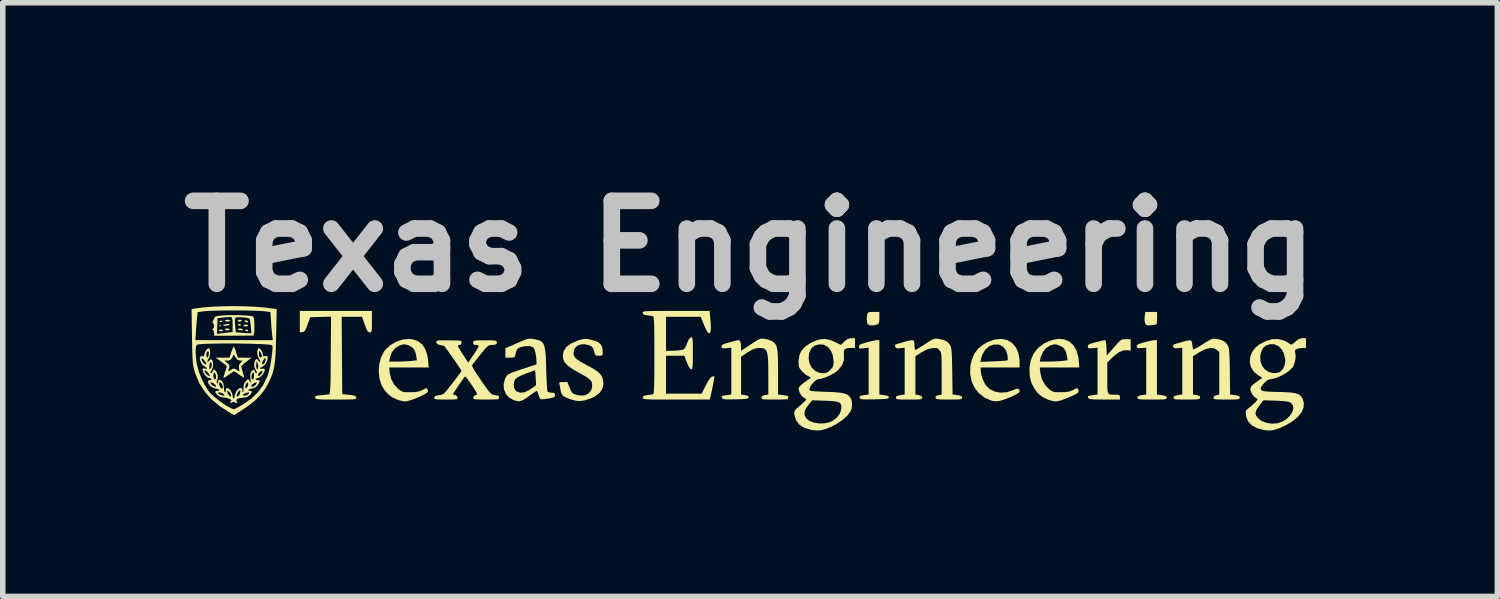
<source format=kicad_pcb>
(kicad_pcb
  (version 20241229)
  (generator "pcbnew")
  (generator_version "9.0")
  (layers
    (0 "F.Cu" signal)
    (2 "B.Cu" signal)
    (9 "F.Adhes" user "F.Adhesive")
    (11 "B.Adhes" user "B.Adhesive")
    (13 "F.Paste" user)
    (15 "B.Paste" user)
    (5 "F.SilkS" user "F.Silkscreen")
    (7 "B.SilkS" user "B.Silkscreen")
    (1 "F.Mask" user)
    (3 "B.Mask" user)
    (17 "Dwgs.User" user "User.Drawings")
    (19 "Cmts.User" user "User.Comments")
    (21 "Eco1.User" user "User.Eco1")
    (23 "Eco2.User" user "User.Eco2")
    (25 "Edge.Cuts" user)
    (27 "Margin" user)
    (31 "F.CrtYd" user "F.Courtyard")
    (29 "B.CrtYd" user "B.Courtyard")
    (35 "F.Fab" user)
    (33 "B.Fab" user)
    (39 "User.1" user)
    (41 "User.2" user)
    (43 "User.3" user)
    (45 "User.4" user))
  (footprint "Texas Engineering"
    (layer "F.Cu")
    (at 10.387 3.436)
    (property "Reference" "Texas Engineering" (at 0.127 -2.032 0) (layer "Dwgs.User") (effects (font (size 1.5 1.5) (thickness 0.3))))
    (attr board_only exclude_from_pos_files exclude_from_bom)
    (fp_poly (pts (xy -9.411 -0.683) (xy -9.413 -0.673) (xy -9.432 -0.663) (xy -9.46 -0.663) (xy -9.468 -0.67) (xy -9.462 -0.683) (xy -9.442 -0.687)) (stroke (width 0) (type solid)) (fill yes) (layer "F.SilkS"))
    (fp_poly (pts (xy -9.442 -0.603) (xy -9.441 -0.599) (xy -9.455 -0.582) (xy -9.46 -0.581) (xy -9.471 -0.592) (xy -9.468 -0.599) (xy -9.452 -0.616) (xy -9.449 -0.617)) (stroke (width 0) (type solid)) (fill yes) (layer "F.SilkS"))
    (fp_poly (pts (xy -9.413 -0.521) (xy -9.406 -0.511) (xy -9.421 -0.497) (xy -9.441 -0.493) (xy -9.47 -0.501) (xy -9.477 -0.511) (xy -9.462 -0.525) (xy -9.441 -0.528)) (stroke (width 0) (type solid)) (fill yes) (layer "F.SilkS"))
    (fp_poly (pts (xy -9.294 -0.54) (xy -9.283 -0.528) (xy -9.298 -0.515) (xy -9.327 -0.511) (xy -9.36 -0.517) (xy -9.371 -0.528) (xy -9.356 -0.542) (xy -9.327 -0.546)) (stroke (width 0) (type solid)) (fill yes) (layer "F.SilkS"))
    (fp_poly (pts (xy -9.086 -0.62) (xy -9.077 -0.604) (xy -9.098 -0.599) (xy -9.107 -0.599) (xy -9.135 -0.602) (xy -9.132 -0.616) (xy -9.128 -0.62) (xy -9.104 -0.632)) (stroke (width 0) (type solid)) (fill yes) (layer "F.SilkS"))
    (fp_poly (pts (xy -9.067 -0.699) (xy -9.063 -0.687) (xy -9.087 -0.672) (xy -9.108 -0.669) (xy -9.136 -0.677) (xy -9.142 -0.687) (xy -9.127 -0.7) (xy -9.097 -0.705)) (stroke (width 0) (type solid)) (fill yes) (layer "F.SilkS"))
    (fp_poly (pts (xy -9.062 -0.54) (xy -9.045 -0.528) (xy -9.051 -0.515) (xy -9.078 -0.511) (xy -9.116 -0.517) (xy -9.133 -0.528) (xy -9.127 -0.542) (xy -9.1 -0.546)) (stroke (width 0) (type solid)) (fill yes) (layer "F.SilkS"))
    (fp_poly (pts (xy -8.983 -0.692) (xy -8.955 -0.678) (xy -8.948 -0.667) (xy -8.958 -0.654) (xy -8.992 -0.662) (xy -8.997 -0.663) (xy -9.018 -0.68) (xy -9.01 -0.693)) (stroke (width 0) (type solid)) (fill yes) (layer "F.SilkS"))
    (fp_poly (pts (xy -8.959 -0.61) (xy -8.948 -0.599) (xy -8.963 -0.586) (xy -8.992 -0.581) (xy -9.025 -0.587) (xy -9.036 -0.599) (xy -9.021 -0.612) (xy -8.992 -0.617)) (stroke (width 0) (type solid)) (fill yes) (layer "F.SilkS"))
    (fp_poly (pts (xy -8.951 -0.519) (xy -8.948 -0.511) (xy -8.962 -0.495) (xy -8.975 -0.493) (xy -8.998 -0.503) (xy -9.001 -0.511) (xy -8.987 -0.526) (xy -8.975 -0.528)) (stroke (width 0) (type solid)) (fill yes) (layer "F.SilkS"))
    (fp_poly (pts (xy -9.282 -0.7) (xy -9.274 -0.688) (xy -9.274 -0.687) (xy -9.298 -0.673) (xy -9.328 -0.669) (xy -9.36 -0.676) (xy -9.371 -0.687) (xy -9.356 -0.699) (xy -9.319 -0.705) (xy -9.317 -0.705)) (stroke (width 0) (type solid)) (fill yes) (layer "F.SilkS"))
    (fp_poly (pts (xy -9.283 -0.621) (xy -9.298 -0.606) (xy -9.332 -0.596) (xy -9.37 -0.593) (xy -9.397 -0.599) (xy -9.399 -0.602) (xy -9.394 -0.615) (xy -9.385 -0.617) (xy -9.35 -0.621) (xy -9.322 -0.628) (xy -9.292 -0.629)) (stroke (width 0) (type solid)) (fill yes) (layer "F.SilkS"))
    (fp_poly (pts (xy 7.489 -0.788) (xy 7.489 -0.735) (xy 7.487 -0.681) (xy 7.483 -0.638) (xy 7.478 -0.62) (xy 7.459 -0.616) (xy 7.417 -0.609) (xy 7.384 -0.605) (xy 7.33 -0.6) (xy 7.3 -0.604) (xy 7.283 -0.621) (xy 7.273 -0.639) (xy 7.261 -0.695) (xy 7.265 -0.765) (xy 7.277 -0.845) (xy 7.382 -0.845) (xy 7.486 -0.845)) (stroke (width 0) (type solid)) (fill yes) (layer "F.SilkS"))
    (fp_poly (pts (xy 2.466 -0.739) (xy 2.465 -0.68) (xy 2.458 -0.645) (xy 2.444 -0.627) (xy 2.421 -0.616) (xy 2.358 -0.601) (xy 2.3 -0.602) (xy 2.26 -0.618) (xy 2.258 -0.62) (xy 2.244 -0.654) (xy 2.238 -0.708) (xy 2.241 -0.77) (xy 2.248 -0.806) (xy 2.258 -0.828) (xy 2.278 -0.84) (xy 2.318 -0.845) (xy 2.362 -0.845) (xy 2.466 -0.845)) (stroke (width 0) (type solid)) (fill yes) (layer "F.SilkS"))
    (fp_poly (pts (xy 2.466 -0.335) (xy 2.466 0.157) (xy 2.466 0.648) (xy 2.555 0.661) (xy 2.609 0.671) (xy 2.635 0.684) (xy 2.638 0.702) (xy 2.632 0.713) (xy 2.615 0.722) (xy 2.581 0.728) (xy 2.527 0.732) (xy 2.445 0.734) (xy 2.375 0.736) (xy 2.275 0.737) (xy 2.205 0.738) (xy 2.158 0.735) (xy 2.131 0.73) (xy 2.117 0.722) (xy 2.11 0.71) (xy 2.109 0.706) (xy 2.108 0.685) (xy 2.126 0.672) (xy 2.168 0.663) (xy 2.186 0.66) (xy 2.272 0.648) (xy 2.272 0.225) (xy 2.272 -0.199) (xy 2.184 -0.188) (xy 2.132 -0.183) (xy 2.106 -0.187) (xy 2.097 -0.201) (xy 2.096 -0.217) (xy 2.1 -0.237) (xy 2.117 -0.254) (xy 2.153 -0.269) (xy 2.214 -0.288) (xy 2.241 -0.296) (xy 2.313 -0.314) (xy 2.376 -0.328) (xy 2.419 -0.335) (xy 2.426 -0.335)) (stroke (width 0) (type solid)) (fill yes) (layer "F.SilkS"))
    (fp_poly (pts (xy 7.486 -0.335) (xy 7.486 0.157) (xy 7.486 0.648) (xy 7.574 0.661) (xy 7.628 0.671) (xy 7.655 0.684) (xy 7.662 0.706) (xy 7.662 0.706) (xy 7.66 0.719) (xy 7.65 0.728) (xy 7.628 0.734) (xy 7.587 0.738) (xy 7.523 0.739) (xy 7.431 0.74) (xy 7.398 0.74) (xy 7.296 0.74) (xy 7.225 0.738) (xy 7.178 0.736) (xy 7.151 0.73) (xy 7.138 0.722) (xy 7.134 0.71) (xy 7.134 0.706) (xy 7.142 0.683) (xy 7.17 0.668) (xy 7.213 0.66) (xy 7.292 0.648) (xy 7.292 0.225) (xy 7.292 -0.197) (xy 7.209 -0.191) (xy 7.157 -0.189) (xy 7.131 -0.196) (xy 7.121 -0.214) (xy 7.12 -0.22) (xy 7.122 -0.239) (xy 7.138 -0.254) (xy 7.174 -0.27) (xy 7.236 -0.289) (xy 7.261 -0.296) (xy 7.333 -0.314) (xy 7.396 -0.328) (xy 7.439 -0.335) (xy 7.446 -0.335)) (stroke (width 0) (type solid)) (fill yes) (layer "F.SilkS"))
    (fp_poly (pts (xy 7.011 -0.247) (xy 7.011 -0.142) (xy 6.959 -0.152) (xy 6.88 -0.15) (xy 6.795 -0.114) (xy 6.704 -0.044) (xy 6.683 -0.024) (xy 6.588 0.071) (xy 6.588 0.351) (xy 6.588 0.46) (xy 6.589 0.539) (xy 6.595 0.593) (xy 6.607 0.626) (xy 6.627 0.644) (xy 6.658 0.651) (xy 6.703 0.652) (xy 6.73 0.652) (xy 6.782 0.653) (xy 6.807 0.661) (xy 6.816 0.679) (xy 6.817 0.696) (xy 6.817 0.74) (xy 6.537 0.74) (xy 6.43 0.739) (xy 6.353 0.738) (xy 6.301 0.734) (xy 6.269 0.729) (xy 6.252 0.721) (xy 6.246 0.712) (xy 6.237 0.685) (xy 6.236 0.678) (xy 6.251 0.673) (xy 6.292 0.665) (xy 6.324 0.661) (xy 6.412 0.648) (xy 6.412 0.225) (xy 6.412 -0.198) (xy 6.324 -0.19) (xy 6.271 -0.186) (xy 6.245 -0.19) (xy 6.236 -0.205) (xy 6.236 -0.22) (xy 6.24 -0.24) (xy 6.256 -0.256) (xy 6.292 -0.272) (xy 6.354 -0.29) (xy 6.381 -0.297) (xy 6.45 -0.314) (xy 6.507 -0.328) (xy 6.542 -0.334) (xy 6.547 -0.335) (xy 6.56 -0.318) (xy 6.569 -0.269) (xy 6.574 -0.196) (xy 6.579 -0.057) (xy 6.709 -0.204) (xy 6.766 -0.269) (xy 6.806 -0.311) (xy 6.836 -0.336) (xy 6.863 -0.348) (xy 6.894 -0.352) (xy 6.925 -0.352) (xy 7.011 -0.352)) (stroke (width 0) (type solid)) (fill yes) (layer "F.SilkS"))
    (fp_poly (pts (xy 4.775 -0.337) (xy 4.862 -0.287) (xy 4.931 -0.211) (xy 4.978 -0.11) (xy 5.001 0.015) (xy 5.002 0.065) (xy 5.002 0.159) (xy 4.65 0.159) (xy 4.298 0.159) (xy 4.298 0.211) (xy 4.308 0.283) (xy 4.334 0.368) (xy 4.372 0.448) (xy 4.399 0.491) (xy 4.47 0.556) (xy 4.56 0.598) (xy 4.664 0.615) (xy 4.773 0.606) (xy 4.878 0.572) (xy 4.94 0.547) (xy 4.979 0.544) (xy 4.998 0.562) (xy 5.002 0.594) (xy 4.986 0.617) (xy 4.94 0.647) (xy 4.866 0.683) (xy 4.769 0.723) (xy 4.743 0.733) (xy 4.654 0.762) (xy 4.581 0.772) (xy 4.515 0.765) (xy 4.492 0.759) (xy 4.367 0.704) (xy 4.264 0.624) (xy 4.186 0.523) (xy 4.133 0.404) (xy 4.108 0.273) (xy 4.112 0.133) (xy 4.129 0.058) (xy 4.294 0.058) (xy 4.534 0.049) (xy 4.623 0.045) (xy 4.698 0.04) (xy 4.754 0.035) (xy 4.783 0.031) (xy 4.785 0.029) (xy 4.789 0.007) (xy 4.786 -0.037) (xy 4.783 -0.061) (xy 4.757 -0.147) (xy 4.708 -0.212) (xy 4.641 -0.249) (xy 4.618 -0.255) (xy 4.529 -0.254) (xy 4.448 -0.221) (xy 4.38 -0.16) (xy 4.33 -0.075) (xy 4.307 -0.002) (xy 4.294 0.058) (xy 4.129 0.058) (xy 4.137 0.022) (xy 4.186 -0.093) (xy 4.257 -0.186) (xy 4.357 -0.263) (xy 4.433 -0.303) (xy 4.558 -0.347) (xy 4.673 -0.357)) (stroke (width 0) (type solid)) (fill yes) (layer "F.SilkS"))
    (fp_poly (pts (xy -6.711 -0.669) (xy -6.711 -0.585) (xy -6.713 -0.529) (xy -6.718 -0.497) (xy -6.726 -0.481) (xy -6.739 -0.476) (xy -6.751 -0.476) (xy -6.772 -0.48) (xy -6.791 -0.499) (xy -6.81 -0.537) (xy -6.835 -0.602) (xy -6.84 -0.617) (xy -6.89 -0.757) (xy -7.074 -0.757) (xy -7.258 -0.757) (xy -7.253 -0.057) (xy -7.248 0.643) (xy -7.195 0.647) (xy -7.107 0.656) (xy -7.048 0.665) (xy -7.013 0.676) (xy -6.996 0.69) (xy -6.993 0.706) (xy -6.994 0.717) (xy -7.002 0.726) (xy -7.02 0.732) (xy -7.053 0.736) (xy -7.106 0.738) (xy -7.182 0.739) (xy -7.287 0.74) (xy -7.361 0.74) (xy -7.484 0.74) (xy -7.576 0.739) (xy -7.642 0.737) (xy -7.686 0.734) (xy -7.714 0.729) (xy -7.729 0.722) (xy -7.736 0.712) (xy -7.738 0.706) (xy -7.739 0.687) (xy -7.725 0.675) (xy -7.691 0.667) (xy -7.629 0.661) (xy -7.565 0.654) (xy -7.513 0.649) (xy -7.486 0.646) (xy -7.479 0.641) (xy -7.474 0.627) (xy -7.469 0.601) (xy -7.466 0.559) (xy -7.463 0.498) (xy -7.46 0.416) (xy -7.458 0.309) (xy -7.457 0.174) (xy -7.456 0.008) (xy -7.455 -0.058) (xy -7.45 -0.759) (xy -7.638 -0.754) (xy -7.825 -0.749) (xy -7.874 -0.617) (xy -7.9 -0.549) (xy -7.92 -0.509) (xy -7.94 -0.488) (xy -7.964 -0.479) (xy -7.968 -0.479) (xy -8.015 -0.473) (xy -8.015 -0.668) (xy -8.015 -0.863) (xy -7.363 -0.863) (xy -6.711 -0.863)) (stroke (width 0) (type solid)) (fill yes) (layer "F.SilkS"))
    (fp_poly (pts (xy -9.138 -0.787) (xy -9.046 -0.784) (xy -8.965 -0.779) (xy -8.902 -0.772) (xy -8.864 -0.765) (xy -8.856 -0.761) (xy -8.847 -0.735) (xy -8.84 -0.685) (xy -8.836 -0.621) (xy -8.836 -0.554) (xy -8.838 -0.495) (xy -8.842 -0.468) (xy -8.852 -0.417) (xy -9.208 -0.415) (xy -9.565 -0.414) (xy -9.565 -0.448) (xy -9.513 -0.448) (xy -9.372 -0.465) (xy -9.23 -0.482) (xy -9.23 -0.611) (xy -9.232 -0.687) (xy -9.232 -0.688) (xy -9.19 -0.688) (xy -9.187 -0.625) (xy -9.185 -0.602) (xy -9.173 -0.477) (xy -9.109 -0.471) (xy -9.048 -0.466) (xy -8.98 -0.461) (xy -8.968 -0.461) (xy -8.89 -0.458) (xy -8.901 -0.584) (xy -8.908 -0.648) (xy -8.916 -0.697) (xy -8.925 -0.722) (xy -8.925 -0.723) (xy -8.953 -0.733) (xy -9.003 -0.742) (xy -9.063 -0.747) (xy -9.121 -0.749) (xy -9.163 -0.746) (xy -9.174 -0.742) (xy -9.186 -0.725) (xy -9.19 -0.688) (xy -9.232 -0.688) (xy -9.24 -0.732) (xy -9.253 -0.75) (xy -9.282 -0.753) (xy -9.334 -0.75) (xy -9.39 -0.745) (xy -9.503 -0.731) (xy -9.508 -0.59) (xy -9.513 -0.448) (xy -9.565 -0.448) (xy -9.565 -0.461) (xy -9.572 -0.499) (xy -9.587 -0.518) (xy -9.6 -0.53) (xy -9.587 -0.539) (xy -9.57 -0.562) (xy -9.565 -0.598) (xy -9.574 -0.629) (xy -9.585 -0.638) (xy -9.596 -0.653) (xy -9.586 -0.679) (xy -9.566 -0.721) (xy -9.559 -0.742) (xy -9.546 -0.758) (xy -9.514 -0.769) (xy -9.457 -0.777) (xy -9.403 -0.782) (xy -9.323 -0.786) (xy -9.232 -0.787)) (stroke (width 0) (type solid)) (fill yes) (layer "F.SilkS"))
    (fp_poly (pts (xy 5.808 -0.349) (xy 5.901 -0.31) (xy 5.976 -0.242) (xy 6.031 -0.148) (xy 6.065 -0.028) (xy 6.073 0.039) (xy 6.082 0.159) (xy 5.725 0.159) (xy 5.367 0.159) (xy 5.377 0.256) (xy 5.406 0.375) (xy 5.466 0.48) (xy 5.537 0.553) (xy 5.573 0.58) (xy 5.606 0.597) (xy 5.647 0.605) (xy 5.705 0.607) (xy 5.748 0.607) (xy 5.831 0.605) (xy 5.892 0.596) (xy 5.942 0.58) (xy 5.969 0.567) (xy 6.016 0.542) (xy 6.042 0.534) (xy 6.056 0.544) (xy 6.066 0.572) (xy 6.067 0.576) (xy 6.069 0.597) (xy 6.058 0.615) (xy 6.028 0.636) (xy 5.973 0.664) (xy 5.95 0.675) (xy 5.834 0.725) (xy 5.737 0.759) (xy 5.662 0.774) (xy 5.645 0.774) (xy 5.609 0.768) (xy 5.555 0.754) (xy 5.521 0.743) (xy 5.416 0.694) (xy 5.333 0.625) (xy 5.272 0.546) (xy 5.216 0.438) (xy 5.186 0.319) (xy 5.181 0.182) (xy 5.181 0.171) (xy 5.2 0.053) (xy 5.368 0.053) (xy 5.524 0.053) (xy 5.61 0.051) (xy 5.695 0.048) (xy 5.764 0.042) (xy 5.775 0.041) (xy 5.87 0.03) (xy 5.859 -0.051) (xy 5.835 -0.139) (xy 5.79 -0.2) (xy 5.72 -0.24) (xy 5.709 -0.244) (xy 5.657 -0.258) (xy 5.615 -0.257) (xy 5.563 -0.241) (xy 5.556 -0.238) (xy 5.484 -0.193) (xy 5.425 -0.121) (xy 5.386 -0.031) (xy 5.379 -0.003) (xy 5.368 0.053) (xy 5.2 0.053) (xy 5.204 0.03) (xy 5.257 -0.093) (xy 5.338 -0.195) (xy 5.446 -0.277) (xy 5.58 -0.334) (xy 5.701 -0.358)) (stroke (width 0) (type solid)) (fill yes) (layer "F.SilkS"))
    (fp_poly (pts (xy -5.985 -0.352) (xy -5.882 -0.317) (xy -5.802 -0.258) (xy -5.745 -0.172) (xy -5.708 -0.058) (xy -5.695 0.036) (xy -5.684 0.159) (xy -6.042 0.159) (xy -6.399 0.159) (xy -6.389 0.256) (xy -6.36 0.375) (xy -6.301 0.48) (xy -6.229 0.553) (xy -6.193 0.58) (xy -6.16 0.597) (xy -6.12 0.605) (xy -6.061 0.607) (xy -6.018 0.607) (xy -5.935 0.605) (xy -5.875 0.596) (xy -5.825 0.58) (xy -5.798 0.567) (xy -5.75 0.542) (xy -5.724 0.534) (xy -5.711 0.543) (xy -5.701 0.571) (xy -5.7 0.574) (xy -5.699 0.595) (xy -5.712 0.614) (xy -5.746 0.637) (xy -5.807 0.669) (xy -5.808 0.669) (xy -5.913 0.716) (xy -6.006 0.751) (xy -6.082 0.771) (xy -6.119 0.774) (xy -6.157 0.768) (xy -6.212 0.754) (xy -6.246 0.743) (xy -6.341 0.701) (xy -6.419 0.642) (xy -6.483 0.571) (xy -6.541 0.472) (xy -6.575 0.355) (xy -6.588 0.229) (xy -6.578 0.1) (xy -6.565 0.053) (xy -6.398 0.053) (xy -6.242 0.053) (xy -6.157 0.051) (xy -6.072 0.048) (xy -6.003 0.042) (xy -5.992 0.041) (xy -5.898 0.03) (xy -5.909 -0.051) (xy -5.932 -0.139) (xy -5.976 -0.2) (xy -6.044 -0.24) (xy -6.058 -0.244) (xy -6.109 -0.258) (xy -6.151 -0.257) (xy -6.202 -0.241) (xy -6.211 -0.238) (xy -6.29 -0.19) (xy -6.35 -0.116) (xy -6.384 -0.022) (xy -6.386 -0.013) (xy -6.398 0.053) (xy -6.565 0.053) (xy -6.546 -0.022) (xy -6.492 -0.128) (xy -6.46 -0.169) (xy -6.374 -0.246) (xy -6.271 -0.306) (xy -6.159 -0.344) (xy -6.048 -0.357)) (stroke (width 0) (type solid)) (fill yes) (layer "F.SilkS"))
    (fp_poly (pts (xy -9.202 -0.208) (xy -9.186 -0.174) (xy -9.168 -0.124) (xy -9.136 -0.018) (xy -9.011 -0.017) (xy -8.886 -0.016) (xy -8.939 0.023) (xy -8.989 0.061) (xy -9.035 0.099) (xy -9.035 0.099) (xy -9.054 0.115) (xy -9.065 0.13) (xy -9.069 0.149) (xy -9.065 0.18) (xy -9.051 0.23) (xy -9.029 0.306) (xy -9.024 0.325) (xy -9.024 0.34) (xy -9.04 0.336) (xy -9.077 0.313) (xy -9.104 0.294) (xy -9.153 0.26) (xy -9.19 0.237) (xy -9.206 0.229) (xy -9.225 0.239) (xy -9.262 0.264) (xy -9.3 0.291) (xy -9.347 0.324) (xy -9.381 0.346) (xy -9.394 0.352) (xy -9.394 0.337) (xy -9.384 0.298) (xy -9.37 0.253) (xy -9.352 0.197) (xy -9.339 0.156) (xy -9.336 0.14) (xy -9.349 0.123) (xy -9.384 0.094) (xy -9.433 0.057) (xy -9.437 0.054) (xy -9.462 0.036) (xy -9.38 0.036) (xy -9.329 0.078) (xy -9.296 0.109) (xy -9.287 0.136) (xy -9.297 0.174) (xy -9.309 0.214) (xy -9.304 0.226) (xy -9.276 0.214) (xy -9.254 0.2) (xy -9.221 0.181) (xy -9.195 0.182) (xy -9.156 0.202) (xy -9.103 0.233) (xy -9.115 0.177) (xy -9.118 0.128) (xy -9.098 0.089) (xy -9.088 0.078) (xy -9.048 0.035) (xy -9.095 0.035) (xy -9.139 0.023) (xy -9.175 -0.018) (xy -9.176 -0.02) (xy -9.209 -0.075) (xy -9.238 -0.02) (xy -9.266 0.02) (xy -9.303 0.035) (xy -9.323 0.036) (xy -9.38 0.036) (xy -9.462 0.036) (xy -9.538 -0.018) (xy -9.412 -0.018) (xy -9.286 -0.018) (xy -9.256 -0.11) (xy -9.237 -0.164) (xy -9.22 -0.203) (xy -9.213 -0.216)) (stroke (width 0) (type solid)) (fill yes) (layer "F.SilkS"))
    (fp_poly (pts (xy -2.802 -0.354) (xy -2.763 -0.345) (xy -2.668 -0.319) (xy -2.603 -0.287) (xy -2.563 -0.245) (xy -2.542 -0.187) (xy -2.536 -0.108) (xy -2.536 -0.103) (xy -2.54 -0.071) (xy -2.556 -0.056) (xy -2.595 -0.053) (xy -2.605 -0.053) (xy -2.647 -0.055) (xy -2.67 -0.067) (xy -2.684 -0.099) (xy -2.693 -0.133) (xy -2.711 -0.187) (xy -2.737 -0.219) (xy -2.774 -0.239) (xy -2.858 -0.261) (xy -2.936 -0.257) (xy -3 -0.231) (xy -3.045 -0.184) (xy -3.064 -0.119) (xy -3.065 -0.107) (xy -3.061 -0.068) (xy -3.048 -0.035) (xy -3.02 -0.002) (xy -2.972 0.033) (xy -2.902 0.075) (xy -2.816 0.122) (xy -2.717 0.177) (xy -2.646 0.222) (xy -2.596 0.263) (xy -2.563 0.303) (xy -2.541 0.348) (xy -2.536 0.366) (xy -2.523 0.461) (xy -2.544 0.547) (xy -2.597 0.623) (xy -2.681 0.685) (xy -2.758 0.721) (xy -2.859 0.754) (xy -2.942 0.767) (xy -3.023 0.762) (xy -3.112 0.738) (xy -3.125 0.733) (xy -3.201 0.704) (xy -3.25 0.675) (xy -3.279 0.64) (xy -3.296 0.589) (xy -3.302 0.552) (xy -3.312 0.498) (xy -3.321 0.457) (xy -3.324 0.447) (xy -3.321 0.431) (xy -3.292 0.424) (xy -3.254 0.423) (xy -3.176 0.423) (xy -3.135 0.527) (xy -3.109 0.586) (xy -3.086 0.62) (xy -3.056 0.64) (xy -3.029 0.65) (xy -2.932 0.669) (xy -2.855 0.662) (xy -2.793 0.628) (xy -2.782 0.618) (xy -2.744 0.568) (xy -2.728 0.513) (xy -2.73 0.449) (xy -2.739 0.416) (xy -2.763 0.384) (xy -2.806 0.349) (xy -2.873 0.307) (xy -2.94 0.271) (xy -3.053 0.207) (xy -3.138 0.151) (xy -3.196 0.101) (xy -3.234 0.052) (xy -3.253 0.00039) (xy -3.259 -0.056) (xy -3.242 -0.139) (xy -3.193 -0.212) (xy -3.111 -0.273) (xy -2.996 -0.324) (xy -2.966 -0.334) (xy -2.9 -0.352) (xy -2.851 -0.358)) (stroke (width 0) (type solid)) (fill yes) (layer "F.SilkS"))
    (fp_poly (pts (xy 8.547 -0.359) (xy 8.561 -0.358) (xy 8.655 -0.336) (xy 8.723 -0.297) (xy 8.767 -0.242) (xy 8.777 -0.219) (xy 8.785 -0.19) (xy 8.791 -0.148) (xy 8.796 -0.091) (xy 8.799 -0.013) (xy 8.802 0.091) (xy 8.804 0.226) (xy 8.804 0.231) (xy 8.81 0.648) (xy 8.897 0.659) (xy 8.95 0.669) (xy 8.976 0.682) (xy 8.983 0.704) (xy 8.983 0.705) (xy 8.981 0.719) (xy 8.972 0.729) (xy 8.949 0.735) (xy 8.907 0.738) (xy 8.841 0.74) (xy 8.746 0.74) (xy 8.746 0.74) (xy 8.65 0.739) (xy 8.584 0.738) (xy 8.542 0.735) (xy 8.519 0.729) (xy 8.51 0.719) (xy 8.508 0.706) (xy 8.522 0.676) (xy 8.561 0.661) (xy 8.613 0.649) (xy 8.613 0.266) (xy 8.613 -0.117) (xy 8.57 -0.158) (xy 8.512 -0.189) (xy 8.437 -0.191) (xy 8.346 -0.165) (xy 8.248 -0.113) (xy 8.138 -0.044) (xy 8.138 0.302) (xy 8.138 0.649) (xy 8.206 0.66) (xy 8.251 0.671) (xy 8.267 0.686) (xy 8.266 0.706) (xy 8.26 0.72) (xy 8.246 0.729) (xy 8.219 0.735) (xy 8.174 0.738) (xy 8.103 0.74) (xy 8.021 0.74) (xy 7.926 0.739) (xy 7.861 0.738) (xy 7.819 0.735) (xy 7.797 0.728) (xy 7.787 0.719) (xy 7.786 0.706) (xy 7.793 0.683) (xy 7.822 0.668) (xy 7.865 0.66) (xy 7.944 0.648) (xy 7.944 0.225) (xy 7.944 -0.198) (xy 7.866 -0.19) (xy 7.816 -0.186) (xy 7.791 -0.194) (xy 7.78 -0.214) (xy 7.78 -0.214) (xy 7.776 -0.232) (xy 7.779 -0.246) (xy 7.796 -0.257) (xy 7.832 -0.27) (xy 7.894 -0.288) (xy 7.928 -0.297) (xy 8.009 -0.32) (xy 8.063 -0.331) (xy 8.095 -0.33) (xy 8.113 -0.315) (xy 8.121 -0.285) (xy 8.125 -0.255) (xy 8.132 -0.205) (xy 8.14 -0.172) (xy 8.143 -0.165) (xy 8.16 -0.171) (xy 8.201 -0.192) (xy 8.258 -0.225) (xy 8.317 -0.262) (xy 8.39 -0.308) (xy 8.442 -0.338) (xy 8.48 -0.355) (xy 8.513 -0.361)) (stroke (width 0) (type solid)) (fill yes) (layer "F.SilkS"))
    (fp_poly (pts (xy 0.366 -0.362) (xy 0.392 -0.359) (xy 0.455 -0.344) (xy 0.515 -0.322) (xy 0.529 -0.314) (xy 0.56 -0.293) (xy 0.584 -0.267) (xy 0.603 -0.234) (xy 0.616 -0.188) (xy 0.625 -0.125) (xy 0.63 -0.041) (xy 0.633 0.069) (xy 0.634 0.209) (xy 0.634 0.244) (xy 0.634 0.648) (xy 0.732 0.66) (xy 0.789 0.669) (xy 0.817 0.68) (xy 0.821 0.696) (xy 0.82 0.699) (xy 0.811 0.726) (xy 0.81 0.732) (xy 0.794 0.735) (xy 0.748 0.737) (xy 0.681 0.739) (xy 0.597 0.74) (xy 0.572 0.74) (xy 0.477 0.74) (xy 0.411 0.738) (xy 0.369 0.735) (xy 0.346 0.729) (xy 0.337 0.719) (xy 0.335 0.705) (xy 0.345 0.678) (xy 0.383 0.662) (xy 0.396 0.659) (xy 0.458 0.648) (xy 0.458 0.288) (xy 0.457 0.145) (xy 0.454 0.033) (xy 0.447 -0.051) (xy 0.435 -0.111) (xy 0.417 -0.152) (xy 0.391 -0.177) (xy 0.356 -0.189) (xy 0.31 -0.193) (xy 0.288 -0.194) (xy 0.232 -0.186) (xy 0.168 -0.162) (xy 0.09 -0.118) (xy 0.04 -0.085) (xy -0.035 -0.034) (xy -0.035 0.307) (xy -0.035 0.647) (xy 0.036 0.659) (xy 0.083 0.67) (xy 0.102 0.686) (xy 0.102 0.701) (xy 0.096 0.713) (xy 0.079 0.722) (xy 0.047 0.728) (xy -0.008 0.732) (xy -0.089 0.735) (xy -0.135 0.736) (xy -0.23 0.737) (xy -0.297 0.737) (xy -0.339 0.733) (xy -0.363 0.727) (xy -0.375 0.717) (xy -0.377 0.712) (xy -0.386 0.685) (xy -0.388 0.678) (xy -0.372 0.673) (xy -0.331 0.665) (xy -0.299 0.661) (xy -0.211 0.648) (xy -0.211 0.225) (xy -0.211 -0.198) (xy -0.299 -0.19) (xy -0.352 -0.186) (xy -0.378 -0.19) (xy -0.387 -0.205) (xy -0.388 -0.219) (xy -0.383 -0.238) (xy -0.365 -0.255) (xy -0.326 -0.271) (xy -0.261 -0.29) (xy -0.242 -0.296) (xy -0.174 -0.314) (xy -0.117 -0.328) (xy -0.082 -0.335) (xy -0.077 -0.335) (xy -0.052 -0.318) (xy -0.038 -0.268) (xy -0.035 -0.21) (xy -0.035 -0.141) (xy 0.137 -0.255) (xy 0.211 -0.304) (xy 0.264 -0.337) (xy 0.302 -0.355) (xy 0.334 -0.362)) (stroke (width 0) (type solid)) (fill yes) (layer "F.SilkS"))
    (fp_poly (pts (xy 3.517 -0.361) (xy 3.535 -0.358) (xy 3.63 -0.338) (xy 3.697 -0.302) (xy 3.743 -0.248) (xy 3.747 -0.242) (xy 3.757 -0.219) (xy 3.765 -0.189) (xy 3.771 -0.147) (xy 3.775 -0.088) (xy 3.779 -0.008) (xy 3.782 0.099) (xy 3.784 0.231) (xy 3.79 0.648) (xy 3.877 0.659) (xy 3.93 0.669) (xy 3.956 0.682) (xy 3.963 0.704) (xy 3.963 0.705) (xy 3.961 0.719) (xy 3.951 0.729) (xy 3.928 0.735) (xy 3.887 0.738) (xy 3.821 0.74) (xy 3.728 0.74) (xy 3.632 0.739) (xy 3.566 0.738) (xy 3.524 0.734) (xy 3.499 0.728) (xy 3.487 0.718) (xy 3.483 0.706) (xy 3.484 0.682) (xy 3.509 0.667) (xy 3.534 0.661) (xy 3.593 0.65) (xy 3.593 0.275) (xy 3.593 0.15) (xy 3.592 0.055) (xy 3.59 -0.014) (xy 3.587 -0.063) (xy 3.582 -0.097) (xy 3.574 -0.12) (xy 3.563 -0.139) (xy 3.555 -0.149) (xy 3.529 -0.178) (xy 3.5 -0.191) (xy 3.456 -0.192) (xy 3.428 -0.19) (xy 3.354 -0.176) (xy 3.278 -0.143) (xy 3.228 -0.113) (xy 3.118 -0.044) (xy 3.118 0.302) (xy 3.118 0.648) (xy 3.179 0.659) (xy 3.224 0.674) (xy 3.24 0.698) (xy 3.241 0.705) (xy 3.239 0.719) (xy 3.229 0.729) (xy 3.206 0.735) (xy 3.164 0.738) (xy 3.098 0.74) (xy 3.003 0.74) (xy 2.908 0.74) (xy 2.842 0.738) (xy 2.8 0.735) (xy 2.777 0.729) (xy 2.767 0.719) (xy 2.765 0.706) (xy 2.773 0.683) (xy 2.802 0.668) (xy 2.845 0.66) (xy 2.924 0.648) (xy 2.924 0.225) (xy 2.924 -0.198) (xy 2.845 -0.189) (xy 2.795 -0.186) (xy 2.769 -0.193) (xy 2.756 -0.213) (xy 2.756 -0.215) (xy 2.749 -0.233) (xy 2.749 -0.246) (xy 2.761 -0.255) (xy 2.792 -0.267) (xy 2.846 -0.282) (xy 2.893 -0.296) (xy 2.979 -0.32) (xy 3.038 -0.332) (xy 3.073 -0.332) (xy 3.092 -0.318) (xy 3.099 -0.288) (xy 3.1 -0.247) (xy 3.103 -0.196) (xy 3.112 -0.164) (xy 3.118 -0.159) (xy 3.14 -0.168) (xy 3.183 -0.193) (xy 3.242 -0.23) (xy 3.294 -0.264) (xy 3.364 -0.311) (xy 3.413 -0.341) (xy 3.45 -0.357) (xy 3.482 -0.362)) (stroke (width 0) (type solid)) (fill yes) (layer "F.SilkS"))
    (fp_poly (pts (xy -3.828 -0.36) (xy -3.785 -0.354) (xy -3.781 -0.353) (xy -3.72 -0.341) (xy -3.672 -0.325) (xy -3.635 -0.302) (xy -3.608 -0.266) (xy -3.589 -0.214) (xy -3.576 -0.142) (xy -3.567 -0.046) (xy -3.562 0.079) (xy -3.559 0.194) (xy -3.555 0.307) (xy -3.551 0.408) (xy -3.546 0.493) (xy -3.541 0.555) (xy -3.537 0.59) (xy -3.535 0.594) (xy -3.509 0.609) (xy -3.465 0.616) (xy -3.46 0.617) (xy -3.419 0.62) (xy -3.402 0.635) (xy -3.4 0.659) (xy -3.403 0.682) (xy -3.417 0.697) (xy -3.45 0.708) (xy -3.508 0.72) (xy -3.522 0.722) (xy -3.585 0.731) (xy -3.634 0.735) (xy -3.66 0.734) (xy -3.66 0.733) (xy -3.675 0.712) (xy -3.693 0.67) (xy -3.699 0.653) (xy -3.715 0.609) (xy -3.727 0.584) (xy -3.73 0.581) (xy -3.747 0.591) (xy -3.785 0.617) (xy -3.838 0.654) (xy -3.872 0.678) (xy -3.943 0.728) (xy -3.997 0.758) (xy -4.041 0.77) (xy -4.086 0.767) (xy -4.14 0.752) (xy -4.148 0.749) (xy -4.231 0.703) (xy -4.29 0.635) (xy -4.323 0.553) (xy -4.329 0.467) (xy -4.148 0.467) (xy -4.139 0.532) (xy -4.109 0.582) (xy -4.098 0.591) (xy -4.032 0.616) (xy -3.955 0.609) (xy -3.868 0.569) (xy -3.839 0.549) (xy -3.743 0.482) (xy -3.749 0.351) (xy -3.753 0.287) (xy -3.757 0.239) (xy -3.761 0.214) (xy -3.762 0.213) (xy -3.78 0.217) (xy -3.823 0.231) (xy -3.885 0.254) (xy -3.939 0.275) (xy -4.018 0.308) (xy -4.07 0.334) (xy -4.103 0.357) (xy -4.123 0.381) (xy -4.133 0.4) (xy -4.148 0.467) (xy -4.329 0.467) (xy -4.329 0.462) (xy -4.305 0.369) (xy -4.283 0.326) (xy -4.267 0.304) (xy -4.243 0.285) (xy -4.207 0.265) (xy -4.152 0.243) (xy -4.073 0.215) (xy -3.992 0.188) (xy -3.734 0.103) (xy -3.735 0.047) (xy -3.742 -0.039) (xy -3.756 -0.116) (xy -3.775 -0.175) (xy -3.797 -0.205) (xy -3.848 -0.225) (xy -3.921 -0.227) (xy -4.004 -0.213) (xy -4.018 -0.209) (xy -4.066 -0.189) (xy -4.092 -0.158) (xy -4.104 -0.125) (xy -4.116 -0.077) (xy -4.122 -0.043) (xy -4.122 -0.04) (xy -4.139 -0.025) (xy -4.19 -0.018) (xy -4.21 -0.018) (xy -4.298 -0.018) (xy -4.298 -0.102) (xy -4.298 -0.187) (xy -4.091 -0.278) (xy -4.005 -0.316) (xy -3.944 -0.341) (xy -3.899 -0.355) (xy -3.863 -0.361)) (stroke (width 0) (type solid)) (fill yes) (layer "F.SilkS"))
    (fp_poly (pts (xy -0.593 -0.744) (xy -0.584 -0.632) (xy -0.581 -0.55) (xy -0.585 -0.497) (xy -0.595 -0.467) (xy -0.612 -0.458) (xy -0.633 -0.469) (xy -0.657 -0.504) (xy -0.687 -0.568) (xy -0.704 -0.608) (xy -0.764 -0.757) (xy -1.078 -0.757) (xy -1.392 -0.757) (xy -1.392 -0.449) (xy -1.392 -0.141) (xy -1.29 -0.142) (xy -1.219 -0.145) (xy -1.151 -0.151) (xy -1.121 -0.155) (xy -1.083 -0.164) (xy -1.058 -0.18) (xy -1.038 -0.212) (xy -1.015 -0.268) (xy -1.014 -0.273) (xy -0.984 -0.341) (xy -0.956 -0.377) (xy -0.941 -0.384) (xy -0.928 -0.384) (xy -0.919 -0.376) (xy -0.913 -0.357) (xy -0.91 -0.319) (xy -0.908 -0.26) (xy -0.907 -0.174) (xy -0.907 -0.098) (xy -0.907 0.011) (xy -0.909 0.088) (xy -0.912 0.141) (xy -0.916 0.173) (xy -0.923 0.189) (xy -0.934 0.194) (xy -0.936 0.194) (xy -0.96 0.178) (xy -0.988 0.13) (xy -1.014 0.07) (xy -1.062 -0.053) (xy -1.227 -0.053) (xy -1.392 -0.053) (xy -1.392 0.291) (xy -1.392 0.634) (xy -1.07 0.634) (xy -0.748 0.634) (xy -0.674 0.486) (xy -0.628 0.401) (xy -0.59 0.347) (xy -0.563 0.326) (xy -0.531 0.319) (xy -0.518 0.321) (xy -0.519 0.341) (xy -0.526 0.389) (xy -0.54 0.461) (xy -0.558 0.551) (xy -0.58 0.654) (xy -0.591 0.7) (xy -0.6 0.74) (xy -1.207 0.74) (xy -1.369 0.74) (xy -1.5 0.739) (xy -1.602 0.739) (xy -1.679 0.737) (xy -1.735 0.735) (xy -1.773 0.732) (xy -1.796 0.727) (xy -1.809 0.721) (xy -1.813 0.714) (xy -1.814 0.706) (xy -1.807 0.683) (xy -1.781 0.67) (xy -1.731 0.66) (xy -1.676 0.652) (xy -1.635 0.645) (xy -1.625 0.642) (xy -1.619 0.633) (xy -1.614 0.607) (xy -1.611 0.562) (xy -1.608 0.496) (xy -1.605 0.405) (xy -1.604 0.287) (xy -1.603 0.139) (xy -1.603 -0.041) (xy -1.603 -0.062) (xy -1.603 -0.245) (xy -1.604 -0.396) (xy -1.605 -0.517) (xy -1.607 -0.611) (xy -1.61 -0.68) (xy -1.614 -0.727) (xy -1.619 -0.754) (xy -1.624 -0.765) (xy -1.625 -0.765) (xy -1.655 -0.772) (xy -1.705 -0.78) (xy -1.731 -0.784) (xy -1.783 -0.793) (xy -1.808 -0.808) (xy -1.814 -0.829) (xy -1.813 -0.838) (xy -1.807 -0.845) (xy -1.794 -0.851) (xy -1.768 -0.856) (xy -1.728 -0.859) (xy -1.669 -0.861) (xy -1.589 -0.862) (xy -1.483 -0.863) (xy -1.348 -0.863) (xy -1.209 -0.863) (xy -0.604 -0.863)) (stroke (width 0) (type solid)) (fill yes) (layer "F.SilkS"))
    (fp_poly (pts (xy -9.025 -0.947) (xy -8.835 -0.939) (xy -8.661 -0.926) (xy -8.511 -0.907) (xy -8.501 -0.906) (xy -8.433 -0.895) (xy -8.443 -0.425) (xy -8.447 -0.256) (xy -8.452 -0.116) (xy -8.459 -0.001) (xy -8.47 0.094) (xy -8.484 0.176) (xy -8.502 0.248) (xy -8.526 0.317) (xy -8.557 0.387) (xy -8.578 0.432) (xy -8.644 0.55) (xy -8.726 0.657) (xy -8.826 0.758) (xy -8.951 0.857) (xy -9.104 0.959) (xy -9.143 0.982) (xy -9.205 1.02) (xy -9.276 0.98) (xy -9.462 0.86) (xy -9.617 0.731) (xy -9.741 0.589) (xy -9.838 0.433) (xy -9.909 0.259) (xy -9.918 0.229) (xy -9.93 0.187) (xy -9.939 0.145) (xy -9.947 0.098) (xy -9.952 0.042) (xy -9.956 -0.028) (xy -9.959 -0.106) (xy -9.899 -0.106) (xy -9.893 -0.02) (xy -9.881 0.073) (xy -9.872 0.12) (xy -9.842 0.231) (xy -9.796 0.35) (xy -9.74 0.466) (xy -9.68 0.565) (xy -9.645 0.611) (xy -9.597 0.66) (xy -9.532 0.715) (xy -9.458 0.772) (xy -9.382 0.825) (xy -9.31 0.87) (xy -9.251 0.901) (xy -9.209 0.915) (xy -9.206 0.916) (xy -9.185 0.907) (xy -9.142 0.885) (xy -9.083 0.852) (xy -9.051 0.833) (xy -8.896 0.726) (xy -8.772 0.608) (xy -8.675 0.473) (xy -8.602 0.319) (xy -8.587 0.277) (xy -8.569 0.212) (xy -8.551 0.132) (xy -8.535 0.044) (xy -8.522 -0.043) (xy -8.513 -0.123) (xy -8.508 -0.187) (xy -8.51 -0.229) (xy -8.514 -0.241) (xy -8.538 -0.248) (xy -8.593 -0.255) (xy -8.674 -0.261) (xy -8.775 -0.265) (xy -8.893 -0.269) (xy -9.021 -0.272) (xy -9.156 -0.274) (xy -9.292 -0.274) (xy -9.424 -0.274) (xy -9.549 -0.272) (xy -9.661 -0.27) (xy -9.754 -0.266) (xy -9.826 -0.26) (xy -9.869 -0.254) (xy -9.876 -0.252) (xy -9.89 -0.229) (xy -9.898 -0.178) (xy -9.899 -0.106) (xy -9.959 -0.106) (xy -9.96 -0.119) (xy -9.962 -0.234) (xy -9.964 -0.335) (xy -9.903 -0.335) (xy -9.204 -0.335) (xy -8.504 -0.335) (xy -8.514 -0.418) (xy -8.52 -0.474) (xy -8.527 -0.552) (xy -8.533 -0.638) (xy -8.536 -0.673) (xy -8.547 -0.843) (xy -8.664 -0.858) (xy -8.724 -0.862) (xy -8.813 -0.866) (xy -8.924 -0.869) (xy -9.049 -0.871) (xy -9.182 -0.871) (xy -9.317 -0.871) (xy -9.445 -0.87) (xy -9.561 -0.867) (xy -9.658 -0.864) (xy -9.728 -0.859) (xy -9.744 -0.857) (xy -9.861 -0.843) (xy -9.871 -0.761) (xy -9.877 -0.706) (xy -9.883 -0.629) (xy -9.89 -0.543) (xy -9.892 -0.506) (xy -9.903 -0.335) (xy -9.964 -0.335) (xy -9.965 -0.378) (xy -9.965 -0.4) (xy -9.973 -0.896) (xy -9.914 -0.906) (xy -9.772 -0.925) (xy -9.604 -0.939) (xy -9.418 -0.947) (xy -9.222 -0.95)) (stroke (width 0) (type solid)) (fill yes) (layer "F.SilkS"))
    (fp_poly (pts (xy 10.181 -0.282) (xy 10.181 -0.194) (xy 10.12 -0.194) (xy 10.064 -0.188) (xy 10.016 -0.174) (xy 9.987 -0.155) (xy 9.982 -0.129) (xy 9.988 -0.102) (xy 9.995 -0.036) (xy 9.985 0.042) (xy 9.963 0.116) (xy 9.945 0.15) (xy 9.895 0.205) (xy 9.82 0.26) (xy 9.732 0.31) (xy 9.641 0.348) (xy 9.558 0.369) (xy 9.533 0.372) (xy 9.488 0.387) (xy 9.436 0.43) (xy 9.418 0.45) (xy 9.38 0.496) (xy 9.364 0.528) (xy 9.365 0.552) (xy 9.369 0.56) (xy 9.379 0.573) (xy 9.395 0.583) (xy 9.422 0.589) (xy 9.467 0.594) (xy 9.535 0.598) (xy 9.63 0.601) (xy 9.683 0.602) (xy 9.812 0.607) (xy 9.91 0.613) (xy 9.983 0.624) (xy 10.037 0.64) (xy 10.074 0.662) (xy 10.102 0.693) (xy 10.119 0.722) (xy 10.144 0.805) (xy 10.136 0.891) (xy 10.097 0.977) (xy 10.027 1.06) (xy 9.929 1.139) (xy 9.805 1.211) (xy 9.703 1.257) (xy 9.609 1.288) (xy 9.526 1.3) (xy 9.439 1.294) (xy 9.424 1.291) (xy 9.298 1.258) (xy 9.203 1.207) (xy 9.136 1.137) (xy 9.1 1.048) (xy 9.097 1.028) (xy 9.093 0.991) (xy 9.268 0.991) (xy 9.281 1.032) (xy 9.311 1.073) (xy 9.376 1.126) (xy 9.463 1.161) (xy 9.562 1.176) (xy 9.662 1.169) (xy 9.69 1.162) (xy 9.772 1.129) (xy 9.843 1.081) (xy 9.898 1.023) (xy 9.936 0.961) (xy 9.953 0.9) (xy 9.945 0.845) (xy 9.91 0.801) (xy 9.905 0.798) (xy 9.876 0.784) (xy 9.833 0.774) (xy 9.77 0.767) (xy 9.681 0.762) (xy 9.635 0.76) (xy 9.412 0.753) (xy 9.359 0.821) (xy 9.306 0.894) (xy 9.276 0.948) (xy 9.268 0.991) (xy 9.093 0.991) (xy 9.091 0.974) (xy 9.097 0.942) (xy 9.117 0.919) (xy 9.118 0.917) (xy 9.208 0.842) (xy 9.268 0.786) (xy 9.3 0.748) (xy 9.304 0.729) (xy 9.301 0.726) (xy 9.247 0.692) (xy 9.203 0.638) (xy 9.179 0.579) (xy 9.177 0.559) (xy 9.18 0.525) (xy 9.194 0.498) (xy 9.223 0.468) (xy 9.276 0.429) (xy 9.285 0.423) (xy 9.392 0.347) (xy 9.31 0.296) (xy 9.233 0.23) (xy 9.185 0.15) (xy 9.165 0.061) (xy 9.173 -0.032) (xy 9.177 -0.043) (xy 9.354 -0.043) (xy 9.358 0.043) (xy 9.384 0.123) (xy 9.436 0.193) (xy 9.507 0.241) (xy 9.587 0.262) (xy 9.669 0.256) (xy 9.706 0.242) (xy 9.757 0.198) (xy 9.792 0.131) (xy 9.807 0.051) (xy 9.806 0.018) (xy 9.785 -0.085) (xy 9.743 -0.167) (xy 9.684 -0.226) (xy 9.613 -0.259) (xy 9.533 -0.262) (xy 9.457 -0.237) (xy 9.405 -0.192) (xy 9.371 -0.124) (xy 9.354 -0.043) (xy 9.177 -0.043) (xy 9.207 -0.121) (xy 9.269 -0.202) (xy 9.338 -0.257) (xy 9.459 -0.32) (xy 9.574 -0.353) (xy 9.678 -0.354) (xy 9.689 -0.352) (xy 9.781 -0.328) (xy 9.85 -0.295) (xy 9.886 -0.268) (xy 9.906 -0.255) (xy 9.927 -0.258) (xy 9.958 -0.28) (xy 9.987 -0.306) (xy 10.043 -0.349) (xy 10.092 -0.368) (xy 10.12 -0.37) (xy 10.181 -0.37)) (stroke (width 0) (type solid)) (fill yes) (layer "F.SilkS"))
    (fp_poly (pts (xy 2.026 -0.282) (xy 2.026 -0.194) (xy 1.954 -0.194) (xy 1.883 -0.189) (xy 1.841 -0.171) (xy 1.824 -0.136) (xy 1.825 -0.083) (xy 1.826 0.021) (xy 1.795 0.112) (xy 1.732 0.195) (xy 1.711 0.215) (xy 1.646 0.263) (xy 1.564 0.308) (xy 1.479 0.344) (xy 1.402 0.366) (xy 1.362 0.37) (xy 1.327 0.384) (xy 1.284 0.419) (xy 1.243 0.466) (xy 1.212 0.513) (xy 1.201 0.552) (xy 1.201 0.554) (xy 1.205 0.568) (xy 1.215 0.577) (xy 1.237 0.584) (xy 1.276 0.589) (xy 1.335 0.593) (xy 1.422 0.597) (xy 1.506 0.6) (xy 1.634 0.605) (xy 1.732 0.613) (xy 1.806 0.623) (xy 1.859 0.638) (xy 1.899 0.659) (xy 1.929 0.687) (xy 1.945 0.708) (xy 1.966 0.761) (xy 1.972 0.83) (xy 1.964 0.9) (xy 1.948 0.948) (xy 1.892 1.025) (xy 1.809 1.102) (xy 1.705 1.174) (xy 1.589 1.235) (xy 1.506 1.268) (xy 1.423 1.292) (xy 1.349 1.3) (xy 1.267 1.293) (xy 1.219 1.285) (xy 1.105 1.249) (xy 1.018 1.192) (xy 0.96 1.115) (xy 0.93 1.02) (xy 0.93 1.017) (xy 1.113 1.017) (xy 1.14 1.073) (xy 1.146 1.081) (xy 1.202 1.127) (xy 1.282 1.157) (xy 1.375 1.172) (xy 1.472 1.17) (xy 1.564 1.15) (xy 1.619 1.126) (xy 1.698 1.066) (xy 1.753 0.99) (xy 1.778 0.907) (xy 1.779 0.885) (xy 1.776 0.843) (xy 1.763 0.812) (xy 1.736 0.791) (xy 1.69 0.777) (xy 1.62 0.768) (xy 1.522 0.762) (xy 1.476 0.761) (xy 1.252 0.753) (xy 1.203 0.811) (xy 1.143 0.89) (xy 1.114 0.957) (xy 1.113 1.017) (xy 0.93 1.017) (xy 0.929 1.013) (xy 0.927 0.977) (xy 0.932 0.95) (xy 0.95 0.923) (xy 0.987 0.888) (xy 1.033 0.848) (xy 1.084 0.803) (xy 1.123 0.766) (xy 1.144 0.744) (xy 1.145 0.741) (xy 1.131 0.725) (xy 1.1 0.707) (xy 1.062 0.675) (xy 1.028 0.622) (xy 1.008 0.563) (xy 1.005 0.533) (xy 1.019 0.508) (xy 1.058 0.47) (xy 1.114 0.426) (xy 1.118 0.423) (xy 1.231 0.343) (xy 1.173 0.314) (xy 1.124 0.281) (xy 1.074 0.236) (xy 1.06 0.221) (xy 1.026 0.177) (xy 1.009 0.135) (xy 1.004 0.079) (xy 1.004 0.06) (xy 1.011 -0.006) (xy 1.186 -0.006) (xy 1.203 0.084) (xy 1.243 0.162) (xy 1.305 0.222) (xy 1.383 0.257) (xy 1.442 0.264) (xy 1.497 0.259) (xy 1.539 0.239) (xy 1.578 0.204) (xy 1.614 0.164) (xy 1.632 0.127) (xy 1.638 0.077) (xy 1.638 0.05) (xy 1.625 -0.057) (xy 1.59 -0.145) (xy 1.536 -0.21) (xy 1.466 -0.25) (xy 1.383 -0.259) (xy 1.377 -0.258) (xy 1.295 -0.235) (xy 1.235 -0.183) (xy 1.198 -0.105) (xy 1.197 -0.104) (xy 1.186 -0.006) (xy 1.011 -0.006) (xy 1.015 -0.045) (xy 1.049 -0.132) (xy 1.11 -0.206) (xy 1.202 -0.271) (xy 1.268 -0.306) (xy 1.375 -0.346) (xy 1.473 -0.357) (xy 1.571 -0.339) (xy 1.664 -0.301) (xy 1.77 -0.248) (xy 1.833 -0.309) (xy 1.882 -0.35) (xy 1.929 -0.368) (xy 1.96 -0.37) (xy 2.026 -0.37)) (stroke (width 0) (type solid)) (fill yes) (layer "F.SilkS"))
    (fp_poly (pts (xy -4.52 -0.33) (xy -4.483 -0.326) (xy -4.463 -0.318) (xy -4.453 -0.306) (xy -4.451 -0.3) (xy -4.454 -0.27) (xy -4.483 -0.253) (xy -4.543 -0.247) (xy -4.553 -0.247) (xy -4.579 -0.244) (xy -4.604 -0.234) (xy -4.632 -0.211) (xy -4.669 -0.171) (xy -4.72 -0.11) (xy -4.748 -0.075) (xy -4.802 -0.007) (xy -4.848 0.051) (xy -4.883 0.094) (xy -4.9 0.117) (xy -4.9 0.117) (xy -4.896 0.14) (xy -4.871 0.189) (xy -4.825 0.264) (xy -4.758 0.363) (xy -4.738 0.393) (xy -4.674 0.484) (xy -4.626 0.551) (xy -4.59 0.597) (xy -4.563 0.627) (xy -4.539 0.644) (xy -4.515 0.654) (xy -4.488 0.659) (xy -4.48 0.66) (xy -4.431 0.67) (xy -4.41 0.684) (xy -4.411 0.698) (xy -4.42 0.726) (xy -4.421 0.732) (xy -4.438 0.735) (xy -4.483 0.737) (xy -4.55 0.739) (xy -4.633 0.74) (xy -4.65 0.74) (xy -4.744 0.739) (xy -4.808 0.738) (xy -4.847 0.734) (xy -4.869 0.728) (xy -4.878 0.718) (xy -4.879 0.705) (xy -4.863 0.672) (xy -4.836 0.659) (xy -4.818 0.654) (xy -4.81 0.644) (xy -4.814 0.626) (xy -4.832 0.592) (xy -4.865 0.539) (xy -4.902 0.483) (xy -4.947 0.418) (xy -4.985 0.365) (xy -5.013 0.331) (xy -5.025 0.322) (xy -5.039 0.337) (xy -5.069 0.376) (xy -5.108 0.432) (xy -5.143 0.484) (xy -5.249 0.643) (xy -5.205 0.658) (xy -5.17 0.682) (xy -5.161 0.706) (xy -5.163 0.72) (xy -5.175 0.73) (xy -5.2 0.736) (xy -5.246 0.739) (xy -5.318 0.74) (xy -5.372 0.74) (xy -5.462 0.739) (xy -5.522 0.738) (xy -5.558 0.734) (xy -5.577 0.726) (xy -5.583 0.715) (xy -5.584 0.706) (xy -5.576 0.684) (xy -5.549 0.67) (xy -5.499 0.661) (xy -5.465 0.656) (xy -5.438 0.647) (xy -5.412 0.631) (xy -5.383 0.603) (xy -5.344 0.558) (xy -5.292 0.493) (xy -5.252 0.441) (xy -5.196 0.367) (xy -5.148 0.303) (xy -5.112 0.253) (xy -5.093 0.224) (xy -5.091 0.219) (xy -5.1 0.202) (xy -5.126 0.163) (xy -5.164 0.107) (xy -5.209 0.041) (xy -5.258 -0.029) (xy -5.307 -0.098) (xy -5.35 -0.158) (xy -5.384 -0.205) (xy -5.401 -0.227) (xy -5.421 -0.234) (xy -5.462 -0.243) (xy -5.473 -0.245) (xy -5.521 -0.258) (xy -5.542 -0.281) (xy -5.545 -0.294) (xy -5.546 -0.31) (xy -5.54 -0.32) (xy -5.522 -0.327) (xy -5.486 -0.33) (xy -5.426 -0.331) (xy -5.337 -0.331) (xy -5.321 -0.331) (xy -5.227 -0.33) (xy -5.163 -0.329) (xy -5.123 -0.325) (xy -5.101 -0.319) (xy -5.092 -0.309) (xy -5.091 -0.293) (xy -5.091 -0.288) (xy -5.1 -0.255) (xy -5.128 -0.247) (xy -5.147 -0.245) (xy -5.155 -0.236) (xy -5.151 -0.216) (xy -5.131 -0.18) (xy -5.096 -0.122) (xy -5.058 -0.064) (xy -4.969 0.072) (xy -4.88 -0.061) (xy -4.829 -0.137) (xy -4.797 -0.189) (xy -4.782 -0.221) (xy -4.783 -0.238) (xy -4.798 -0.245) (xy -4.824 -0.247) (xy -4.863 -0.251) (xy -4.878 -0.27) (xy -4.879 -0.288) (xy -4.878 -0.306) (xy -4.871 -0.318) (xy -4.852 -0.325) (xy -4.814 -0.329) (xy -4.753 -0.331) (xy -4.67 -0.331) (xy -4.58 -0.332)) (stroke (width 0) (type solid)) (fill yes) (layer "F.SilkS"))
    (fp_poly (pts (xy -8.737 -0.181) (xy -8.719 -0.161) (xy -8.693 -0.117) (xy -8.684 -0.077) (xy -8.679 -0.047) (xy -8.657 -0.042) (xy -8.64 -0.046) (xy -8.609 -0.049) (xy -8.597 -0.033) (xy -8.596 -0.004) (xy -8.61 0.053) (xy -8.644 0.108) (xy -8.69 0.145) (xy -8.702 0.15) (xy -8.733 0.167) (xy -8.732 0.183) (xy -8.703 0.186) (xy -8.693 0.183) (xy -8.66 0.18) (xy -8.649 0.198) (xy -8.649 0.208) (xy -8.661 0.248) (xy -8.691 0.293) (xy -8.729 0.331) (xy -8.765 0.351) (xy -8.773 0.352) (xy -8.806 0.361) (xy -8.816 0.37) (xy -8.81 0.383) (xy -8.782 0.388) (xy -8.749 0.391) (xy -8.739 0.405) (xy -8.751 0.436) (xy -8.772 0.471) (xy -8.807 0.514) (xy -8.856 0.535) (xy -8.877 0.539) (xy -8.922 0.551) (xy -8.946 0.565) (xy -8.944 0.576) (xy -8.913 0.581) (xy -8.883 0.59) (xy -8.884 0.615) (xy -8.915 0.655) (xy -8.921 0.661) (xy -8.966 0.693) (xy -9.026 0.705) (xy -9.04 0.705) (xy -9.1 0.712) (xy -9.144 0.727) (xy -9.164 0.749) (xy -9.156 0.772) (xy -9.143 0.796) (xy -9.156 0.806) (xy -9.182 0.795) (xy -9.185 0.793) (xy -9.215 0.78) (xy -9.237 0.791) (xy -9.263 0.802) (xy -9.273 0.795) (xy -9.269 0.775) (xy -9.261 0.77) (xy -9.25 0.756) (xy -9.265 0.739) (xy -9.299 0.722) (xy -9.343 0.709) (xy -9.382 0.705) (xy -9.45 0.694) (xy -9.5 0.661) (xy -9.538 0.62) (xy -9.538 0.618) (xy -9.494 0.618) (xy -9.479 0.639) (xy -9.444 0.659) (xy -9.403 0.669) (xy -9.4 0.669) (xy -9.377 0.664) (xy -9.386 0.646) (xy -9.387 0.645) (xy -9.413 0.626) (xy -9.449 0.613) (xy -9.48 0.609) (xy -9.494 0.618) (xy -9.494 0.618) (xy -9.538 0.618) (xy -9.543 0.594) (xy -9.517 0.582) (xy -9.502 0.581) (xy -9.472 0.576) (xy -9.468 0.564) (xy -9.493 0.549) (xy -9.514 0.546) (xy -9.573 0.532) (xy -9.629 0.498) (xy -9.665 0.453) (xy -9.666 0.452) (xy -9.672 0.431) (xy -9.631 0.431) (xy -9.628 0.449) (xy -9.604 0.476) (xy -9.602 0.477) (xy -9.56 0.505) (xy -9.535 0.508) (xy -9.529 0.494) (xy -9.543 0.472) (xy -9.573 0.448) (xy -9.606 0.431) (xy -9.63 0.43) (xy -9.631 0.431) (xy -9.672 0.431) (xy -9.677 0.411) (xy -9.663 0.392) (xy -9.631 0.388) (xy -9.609 0.38) (xy -9.609 0.37) (xy -9.634 0.355) (xy -9.651 0.352) (xy -9.69 0.337) (xy -9.73 0.298) (xy -9.76 0.247) (xy -9.768 0.222) (xy -9.768 0.222) (xy -9.74 0.222) (xy -9.728 0.25) (xy -9.705 0.279) (xy -9.674 0.305) (xy -9.65 0.317) (xy -9.64 0.31) (xy -9.642 0.304) (xy -9.58 0.304) (xy -9.575 0.343) (xy -9.563 0.372) (xy -9.547 0.379) (xy -9.547 0.378) (xy -9.533 0.354) (xy -9.53 0.329) (xy -9.537 0.286) (xy -9.546 0.265) (xy -9.561 0.249) (xy -9.573 0.265) (xy -9.574 0.269) (xy -9.58 0.304) (xy -9.642 0.304) (xy -9.646 0.295) (xy -9.673 0.256) (xy -9.703 0.224) (xy -9.726 0.211) (xy -9.74 0.222) (xy -9.768 0.222) (xy -9.775 0.187) (xy -9.763 0.176) (xy -9.735 0.18) (xy -9.697 0.182) (xy -9.691 0.172) (xy -9.716 0.152) (xy -9.732 0.144) (xy -9.736 0.141) (xy -9.652 0.141) (xy -9.652 0.177) (xy -9.645 0.194) (xy -9.645 0.194) (xy -9.631 0.18) (xy -9.617 0.158) (xy -9.607 0.125) (xy -9.608 0.092) (xy -9.616 0.068) (xy -9.629 0.064) (xy -9.637 0.073) (xy -9.647 0.101) (xy -9.652 0.141) (xy -9.736 0.141) (xy -9.77 0.116) (xy -9.799 0.077) (xy -9.817 0.033) (xy -9.822 -0.001) (xy -9.793 -0.001) (xy -9.791 0.022) (xy -9.769 0.063) (xy -9.766 0.067) (xy -9.738 0.097) (xy -9.715 0.105) (xy -9.706 0.089) (xy -9.706 0.089) (xy -9.716 0.066) (xy -9.743 0.03) (xy -9.749 0.023) (xy -9.779 -0.003) (xy -9.793 -0.001) (xy -9.822 -0.001) (xy -9.823 -0.008) (xy -9.814 -0.037) (xy -9.79 -0.047) (xy -9.776 -0.044) (xy -9.749 -0.042) (xy -9.741 -0.066) (xy -9.74 -0.073) (xy -9.705 -0.073) (xy -9.702 -0.038) (xy -9.693 -0.018) (xy -9.69 -0.018) (xy -9.674 -0.033) (xy -9.663 -0.062) (xy -9.659 -0.106) (xy -9.669 -0.132) (xy -9.689 -0.131) (xy -9.701 -0.11) (xy -9.705 -0.073) (xy -9.74 -0.073) (xy -9.74 -0.074) (xy -9.731 -0.114) (xy -9.709 -0.154) (xy -9.682 -0.182) (xy -9.657 -0.187) (xy -9.655 -0.186) (xy -9.64 -0.16) (xy -9.636 -0.113) (xy -9.641 -0.061) (xy -9.655 -0.017) (xy -9.661 -0.008) (xy -9.681 0.03) (xy -9.687 0.053) (xy -9.68 0.064) (xy -9.66 0.043) (xy -9.656 0.039) (xy -9.63 0.013) (xy -9.61 0.015) (xy -9.604 0.021) (xy -9.587 0.057) (xy -9.583 0.111) (xy -9.591 0.167) (xy -9.608 0.204) (xy -9.632 0.243) (xy -9.628 0.262) (xy -9.619 0.264) (xy -9.601 0.25) (xy -9.591 0.229) (xy -9.574 0.198) (xy -9.551 0.202) (xy -9.524 0.241) (xy -9.517 0.256) (xy -9.498 0.305) (xy -9.499 0.346) (xy -9.508 0.374) (xy -9.519 0.425) (xy -9.512 0.448) (xy -9.498 0.45) (xy -9.496 0.437) (xy -9.474 0.437) (xy -9.474 0.471) (xy -9.458 0.512) (xy -9.435 0.541) (xy -9.414 0.543) (xy -9.406 0.518) (xy -9.414 0.479) (xy -9.434 0.443) (xy -9.456 0.423) (xy -9.46 0.423) (xy -9.474 0.437) (xy -9.496 0.437) (xy -9.494 0.427) (xy -9.485 0.388) (xy -9.461 0.38) (xy -9.425 0.404) (xy -9.424 0.404) (xy -9.397 0.45) (xy -9.388 0.517) (xy -9.388 0.519) (xy -9.385 0.568) (xy -9.376 0.602) (xy -9.371 0.608) (xy -9.358 0.601) (xy -9.355 0.587) (xy -9.33 0.587) (xy -9.329 0.607) (xy -9.312 0.64) (xy -9.29 0.671) (xy -9.269 0.687) (xy -9.266 0.687) (xy -9.258 0.673) (xy -9.26 0.652) (xy -9.277 0.617) (xy -9.302 0.591) (xy -9.325 0.584) (xy -9.33 0.587) (xy -9.355 0.587) (xy -9.353 0.574) (xy -9.345 0.538) (xy -9.328 0.528) (xy -9.296 0.544) (xy -9.263 0.581) (xy -9.238 0.629) (xy -9.23 0.672) (xy -9.225 0.708) (xy -9.212 0.722) (xy -9.198 0.707) (xy -9.195 0.686) (xy -9.192 0.67) (xy -9.159 0.67) (xy -9.147 0.687) (xy -9.143 0.687) (xy -9.122 0.673) (xy -9.108 0.653) (xy -9.046 0.653) (xy -9.042 0.666) (xy -9.017 0.669) (xy -8.984 0.664) (xy -8.956 0.652) (xy -8.952 0.648) (xy -8.933 0.623) (xy -8.931 0.614) (xy -8.944 0.61) (xy -8.976 0.617) (xy -9.012 0.631) (xy -9.04 0.647) (xy -9.046 0.653) (xy -9.108 0.653) (xy -9.107 0.653) (xy -9.092 0.61) (xy -9.09 0.587) (xy -9.093 0.568) (xy -9.106 0.575) (xy -9.125 0.596) (xy -9.151 0.637) (xy -9.159 0.67) (xy -9.192 0.67) (xy -9.185 0.637) (xy -9.16 0.587) (xy -9.13 0.549) (xy -9.115 0.539) (xy -9.075 0.53) (xy -9.057 0.544) (xy -9.054 0.575) (xy -9.05 0.605) (xy -9.041 0.61) (xy -9.034 0.586) (xy -9.033 0.542) (xy -9.034 0.531) (xy -9.031 0.506) (xy -9.001 0.506) (xy -8.998 0.536) (xy -8.984 0.536) (xy -8.975 0.528) (xy -8.954 0.495) (xy -8.954 0.494) (xy -8.895 0.494) (xy -8.884 0.51) (xy -8.856 0.505) (xy -8.823 0.483) (xy -8.816 0.475) (xy -8.796 0.446) (xy -8.795 0.429) (xy -8.816 0.43) (xy -8.848 0.446) (xy -8.879 0.469) (xy -8.895 0.491) (xy -8.895 0.494) (xy -8.954 0.494) (xy -8.948 0.462) (xy -8.951 0.433) (xy -8.965 0.433) (xy -8.975 0.44) (xy -8.995 0.474) (xy -9.001 0.506) (xy -9.031 0.506) (xy -9.026 0.461) (xy -9.001 0.418) (xy -8.968 0.381) (xy -8.945 0.374) (xy -8.927 0.398) (xy -8.918 0.418) (xy -8.908 0.44) (xy -8.904 0.436) (xy -8.905 0.402) (xy -8.908 0.361) (xy -8.909 0.337) (xy -8.889 0.337) (xy -8.885 0.36) (xy -8.869 0.38) (xy -8.854 0.371) (xy -8.844 0.337) (xy -8.842 0.307) (xy -8.844 0.292) (xy -8.772 0.292) (xy -8.763 0.315) (xy -8.742 0.31) (xy -8.713 0.279) (xy -8.708 0.272) (xy -8.69 0.239) (xy -8.687 0.22) (xy -8.687 0.22) (xy -8.706 0.222) (xy -8.735 0.241) (xy -8.761 0.268) (xy -8.772 0.292) (xy -8.844 0.292) (xy -8.846 0.267) (xy -8.856 0.247) (xy -8.858 0.247) (xy -8.874 0.262) (xy -8.886 0.297) (xy -8.889 0.337) (xy -8.909 0.337) (xy -8.911 0.299) (xy -8.907 0.261) (xy -8.893 0.235) (xy -8.879 0.221) (xy -8.852 0.198) (xy -8.839 0.2) (xy -8.831 0.226) (xy -8.817 0.256) (xy -8.805 0.264) (xy -8.79 0.253) (xy -8.801 0.222) (xy -8.815 0.202) (xy -8.837 0.149) (xy -8.838 0.141) (xy -8.804 0.141) (xy -8.799 0.173) (xy -8.788 0.193) (xy -8.776 0.182) (xy -8.771 0.173) (xy -8.765 0.128) (xy -8.775 0.094) (xy -8.777 0.089) (xy -8.701 0.089) (xy -8.689 0.105) (xy -8.685 0.106) (xy -8.664 0.092) (xy -8.649 0.072) (xy -8.634 0.029) (xy -8.632 0.006) (xy -8.635 -0.013) (xy -8.648 -0.006) (xy -8.667 0.015) (xy -8.693 0.056) (xy -8.701 0.089) (xy -8.777 0.089) (xy -8.796 0.044) (xy -8.803 0.094) (xy -8.804 0.141) (xy -8.838 0.141) (xy -8.84 0.086) (xy -8.822 0.032) (xy -8.819 0.027) (xy -8.8 0.006) (xy -8.785 0.012) (xy -8.769 0.033) (xy -8.746 0.057) (xy -8.731 0.059) (xy -8.732 0.038) (xy -8.747 0.016) (xy -8.769 -0.026) (xy -8.782 -0.082) (xy -8.783 -0.095) (xy -8.754 -0.095) (xy -8.751 -0.053) (xy -8.743 -0.029) (xy -8.717 -0.018) (xy -8.703 -0.038) (xy -8.702 -0.049) (xy -8.712 -0.088) (xy -8.727 -0.116) (xy -8.745 -0.136) (xy -8.752 -0.13) (xy -8.754 -0.095) (xy -8.783 -0.095) (xy -8.784 -0.138) (xy -8.772 -0.176) (xy -8.756 -0.191)) (stroke (width 0) (type solid)) (fill yes) (layer "F.SilkS")))
  (gr_rect
    (start -3 -3)
    (end 24.029 7.736)
    (stroke (width 0.1) (type default))
    (fill no)
    (layer "Edge.Cuts")))
</source>
